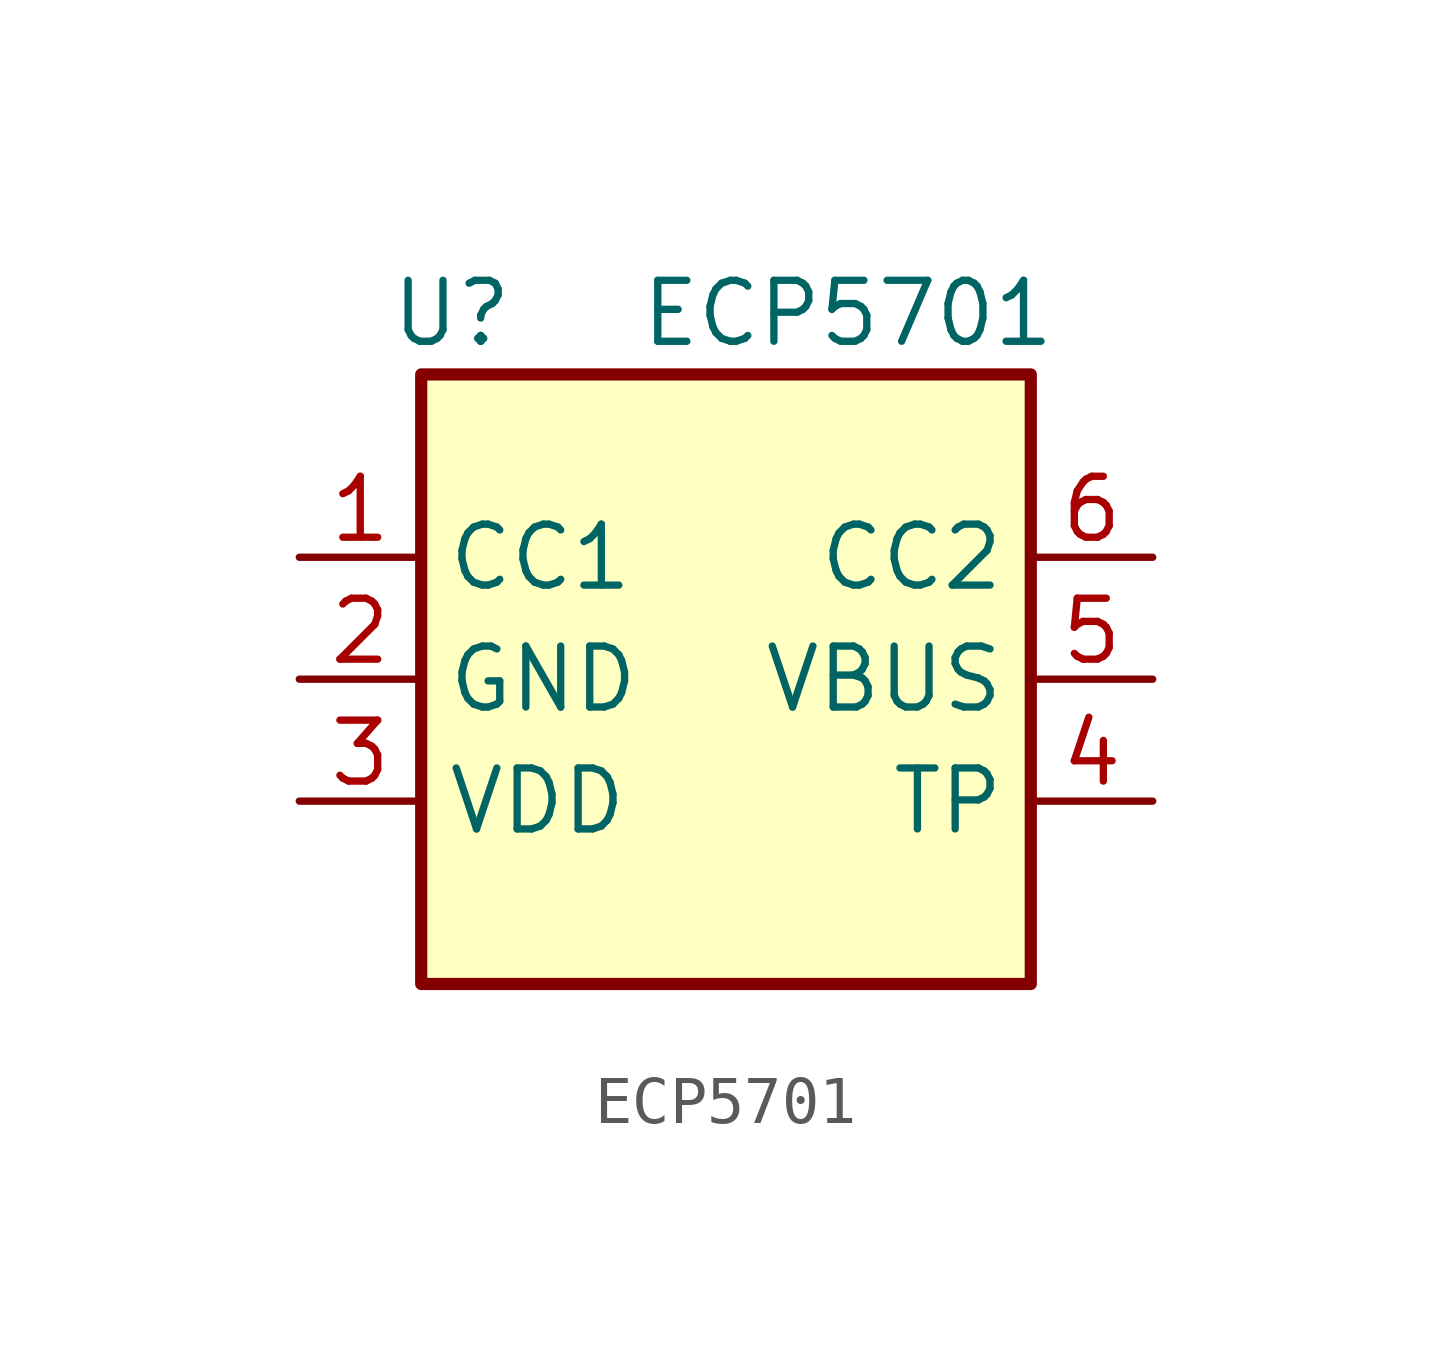
<source format=kicad_sym>
(kicad_symbol_lib
  (version 20231120)
  (generator "kicad_symbol_editor")
  (generator_version "8.0")
  (symbol "ECP5701"
    (property "Reference" "U"
      (at -5.715 7.62 0)
      (effects (font (size 1.27 1.27))))
    (property "Value" "ECP5701"
      (at 2.54 7.62 0)
      (effects (font (size 1.27 1.27))))
    (symbol "ECP5701_0_1"
      (rectangle (start -6.35 6.35) (end 6.35 -6.35) (stroke (width 0.254) (type default)) (fill (type background))))
    (symbol "ECP5701_1_1"
      (pin passive line (at -8.89 2.54 0) (length 2.54) (name "CC1" (effects (font (size 1.27 1.27)))) (number "1" (effects (font (size 1.27 1.27)))))
      (pin power_in line (at -8.89 0 0) (length 2.54) (name "GND" (effects (font (size 1.27 1.27)))) (number "2" (effects (font (size 1.27 1.27)))))
      (pin passive line (at -8.89 -2.54 0) (length 2.54) (name "VDD" (effects (font (size 1.27 1.27)))) (number "3" (effects (font (size 1.27 1.27)))))
      (pin passive line (at 8.89 -2.54 180) (length 2.54) (name "TP" (effects (font (size 1.27 1.27)))) (number "4" (effects (font (size 1.27 1.27)))))
      (pin power_in line (at 8.89 0 180) (length 2.54) (name "VBUS" (effects (font (size 1.27 1.27)))) (number "5" (effects (font (size 1.27 1.27)))))
      (pin passive line (at 8.89 2.54 180) (length 2.54) (name "CC2" (effects (font (size 1.27 1.27)))) (number "6" (effects (font (size 1.27 1.27))))))))
</source>
